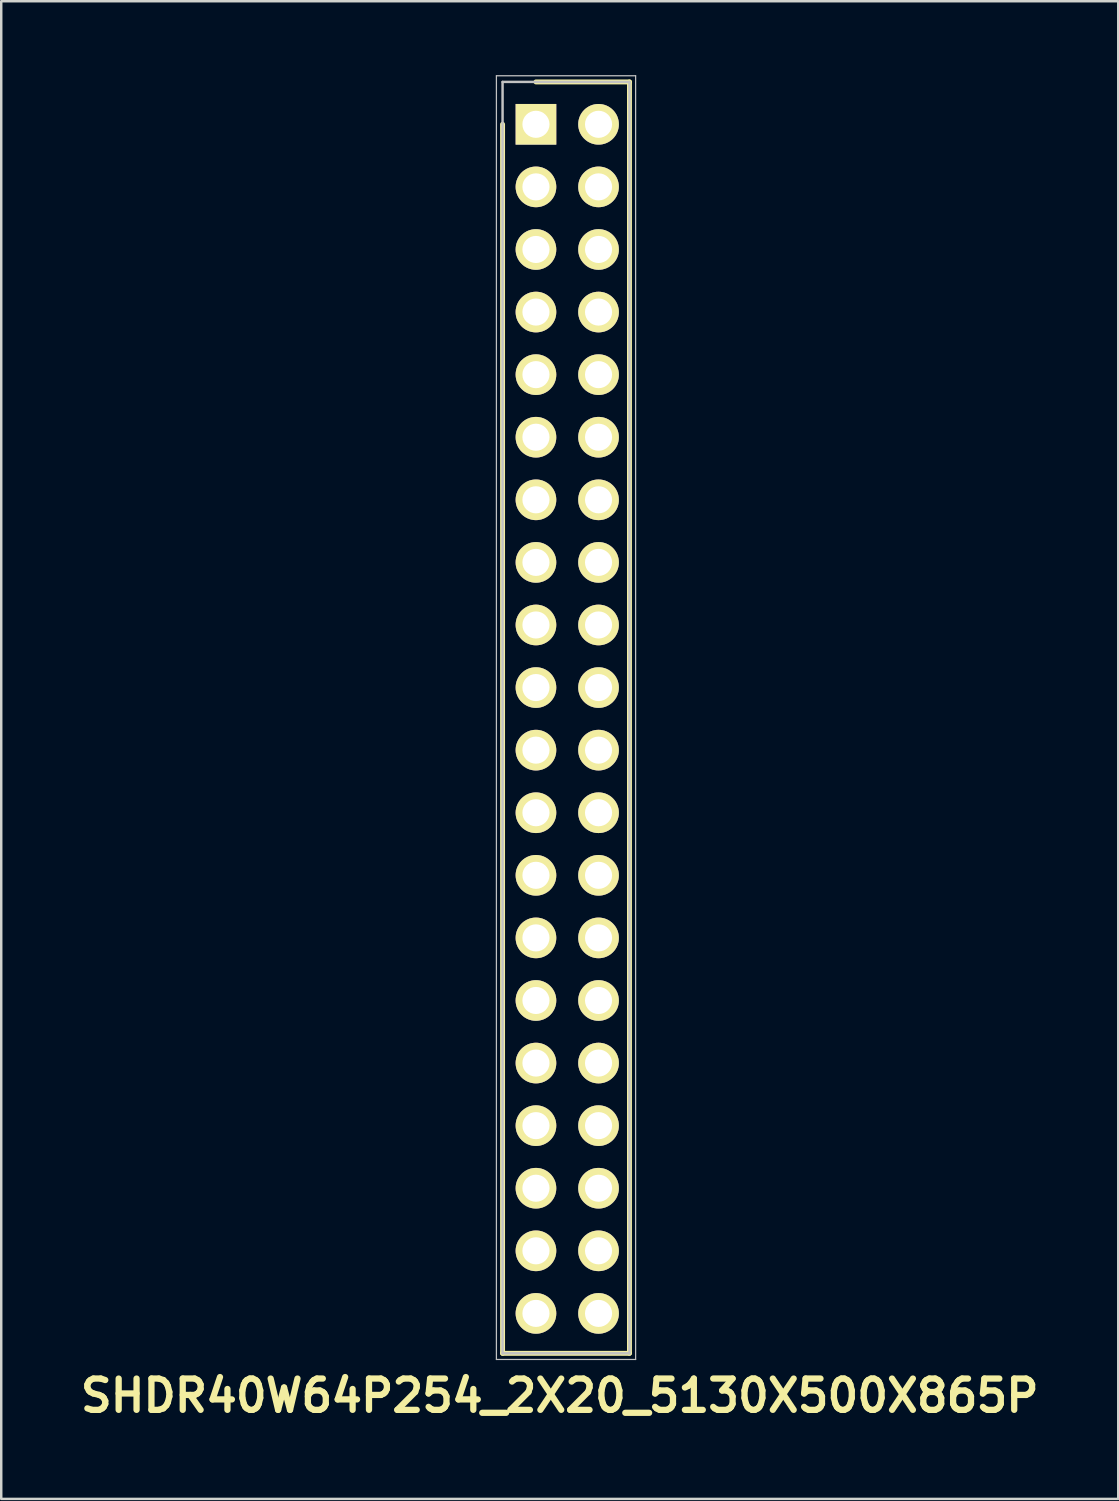
<source format=kicad_pcb>
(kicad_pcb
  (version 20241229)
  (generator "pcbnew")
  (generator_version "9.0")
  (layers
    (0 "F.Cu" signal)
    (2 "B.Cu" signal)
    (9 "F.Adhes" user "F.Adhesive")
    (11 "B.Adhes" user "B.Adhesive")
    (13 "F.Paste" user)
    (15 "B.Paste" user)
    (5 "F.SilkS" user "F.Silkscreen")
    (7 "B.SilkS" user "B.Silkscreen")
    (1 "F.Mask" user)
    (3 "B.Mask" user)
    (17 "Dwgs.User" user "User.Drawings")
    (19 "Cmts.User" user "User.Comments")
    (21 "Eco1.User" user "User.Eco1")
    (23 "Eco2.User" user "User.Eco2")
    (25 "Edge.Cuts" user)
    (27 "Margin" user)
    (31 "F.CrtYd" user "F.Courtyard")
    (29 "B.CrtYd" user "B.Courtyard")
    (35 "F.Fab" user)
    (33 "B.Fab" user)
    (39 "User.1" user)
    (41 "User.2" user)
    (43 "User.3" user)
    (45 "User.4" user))
  (footprint "SHDR40W64P254_2X20_5130X500X865P"
    (layer "F.Cu")
    (at 18.702 1.995)
    (property "Reference" "SHDR40W64P254_2X20_5130X500X865P" (at 0.965 51.6 0) (layer "F.SilkS") (effects (font (size 1.27 1.27) (thickness 0.254))))
    (attr through_hole)
    (fp_line (start -1.355 0) (end -1.355 49.88) (stroke (width 0.2) (type solid)) (layer "F.SilkS"))
    (fp_line (start -1.355 49.88) (end 3.795 49.88) (stroke (width 0.2) (type solid)) (layer "F.SilkS"))
    (fp_line (start 3.795 -1.72) (end 0 -1.72) (stroke (width 0.2) (type solid)) (layer "F.SilkS"))
    (fp_line (start 3.795 49.88) (end 3.795 -1.72) (stroke (width 0.2) (type solid)) (layer "F.SilkS"))
    (fp_line (start -1.605 -1.97) (end 4.045 -1.97) (stroke (width 0.05) (type solid)) (layer "Dwgs.User"))
    (fp_line (start -1.605 50.13) (end -1.605 -1.97) (stroke (width 0.05) (type solid)) (layer "Dwgs.User"))
    (fp_line (start -1.355 -1.72) (end 3.795 -1.72) (stroke (width 0.1) (type solid)) (layer "Dwgs.User"))
    (fp_line (start -1.355 49.88) (end -1.355 -1.72) (stroke (width 0.1) (type solid)) (layer "Dwgs.User"))
    (fp_line (start 3.795 -1.72) (end 3.795 49.88) (stroke (width 0.1) (type solid)) (layer "Dwgs.User"))
    (fp_line (start 3.795 49.88) (end -1.355 49.88) (stroke (width 0.1) (type solid)) (layer "Dwgs.User"))
    (fp_line (start 4.045 -1.97) (end 4.045 50.13) (stroke (width 0.05) (type solid)) (layer "Dwgs.User"))
    (fp_line (start 4.045 50.13) (end -1.605 50.13) (stroke (width 0.05) (type solid)) (layer "Dwgs.User"))
    (pad "1" thru_hole rect (at 0 0) (size 1.65 1.65) (drill 1.1) (layers "*.Cu" "*.Mask" "F.SilkS"))
    (pad "2" thru_hole circle (at 0 2.54) (size 1.65 1.65) (drill 1.1) (layers "*.Cu" "*.Mask" "F.SilkS"))
    (pad "3" thru_hole circle (at 0 5.08) (size 1.65 1.65) (drill 1.1) (layers "*.Cu" "*.Mask" "F.SilkS"))
    (pad "4" thru_hole circle (at 0 7.62) (size 1.65 1.65) (drill 1.1) (layers "*.Cu" "*.Mask" "F.SilkS"))
    (pad "5" thru_hole circle (at 0 10.16) (size 1.65 1.65) (drill 1.1) (layers "*.Cu" "*.Mask" "F.SilkS"))
    (pad "6" thru_hole circle (at 0 12.7) (size 1.65 1.65) (drill 1.1) (layers "*.Cu" "*.Mask" "F.SilkS"))
    (pad "7" thru_hole circle (at 0 15.24) (size 1.65 1.65) (drill 1.1) (layers "*.Cu" "*.Mask" "F.SilkS"))
    (pad "8" thru_hole circle (at 0 17.78) (size 1.65 1.65) (drill 1.1) (layers "*.Cu" "*.Mask" "F.SilkS"))
    (pad "9" thru_hole circle (at 0 20.32) (size 1.65 1.65) (drill 1.1) (layers "*.Cu" "*.Mask" "F.SilkS"))
    (pad "10" thru_hole circle (at 0 22.86) (size 1.65 1.65) (drill 1.1) (layers "*.Cu" "*.Mask" "F.SilkS"))
    (pad "11" thru_hole circle (at 0 25.4) (size 1.65 1.65) (drill 1.1) (layers "*.Cu" "*.Mask" "F.SilkS"))
    (pad "12" thru_hole circle (at 0 27.94) (size 1.65 1.65) (drill 1.1) (layers "*.Cu" "*.Mask" "F.SilkS"))
    (pad "13" thru_hole circle (at 0 30.48) (size 1.65 1.65) (drill 1.1) (layers "*.Cu" "*.Mask" "F.SilkS"))
    (pad "14" thru_hole circle (at 0 33.02) (size 1.65 1.65) (drill 1.1) (layers "*.Cu" "*.Mask" "F.SilkS"))
    (pad "15" thru_hole circle (at 0 35.56) (size 1.65 1.65) (drill 1.1) (layers "*.Cu" "*.Mask" "F.SilkS"))
    (pad "16" thru_hole circle (at 0 38.1) (size 1.65 1.65) (drill 1.1) (layers "*.Cu" "*.Mask" "F.SilkS"))
    (pad "17" thru_hole circle (at 0 40.64) (size 1.65 1.65) (drill 1.1) (layers "*.Cu" "*.Mask" "F.SilkS"))
    (pad "18" thru_hole circle (at 0 43.18) (size 1.65 1.65) (drill 1.1) (layers "*.Cu" "*.Mask" "F.SilkS"))
    (pad "19" thru_hole circle (at 0 45.72) (size 1.65 1.65) (drill 1.1) (layers "*.Cu" "*.Mask" "F.SilkS"))
    (pad "20" thru_hole circle (at 0 48.26) (size 1.65 1.65) (drill 1.1) (layers "*.Cu" "*.Mask" "F.SilkS"))
    (pad "21" thru_hole circle (at 2.54 48.26) (size 1.65 1.65) (drill 1.1) (layers "*.Cu" "*.Mask" "F.SilkS"))
    (pad "22" thru_hole circle (at 2.54 45.72) (size 1.65 1.65) (drill 1.1) (layers "*.Cu" "*.Mask" "F.SilkS"))
    (pad "23" thru_hole circle (at 2.54 43.18) (size 1.65 1.65) (drill 1.1) (layers "*.Cu" "*.Mask" "F.SilkS"))
    (pad "24" thru_hole circle (at 2.54 40.64) (size 1.65 1.65) (drill 1.1) (layers "*.Cu" "*.Mask" "F.SilkS"))
    (pad "25" thru_hole circle (at 2.54 38.1) (size 1.65 1.65) (drill 1.1) (layers "*.Cu" "*.Mask" "F.SilkS"))
    (pad "26" thru_hole circle (at 2.54 35.56) (size 1.65 1.65) (drill 1.1) (layers "*.Cu" "*.Mask" "F.SilkS"))
    (pad "27" thru_hole circle (at 2.54 33.02) (size 1.65 1.65) (drill 1.1) (layers "*.Cu" "*.Mask" "F.SilkS"))
    (pad "28" thru_hole circle (at 2.54 30.48) (size 1.65 1.65) (drill 1.1) (layers "*.Cu" "*.Mask" "F.SilkS"))
    (pad "29" thru_hole circle (at 2.54 27.94) (size 1.65 1.65) (drill 1.1) (layers "*.Cu" "*.Mask" "F.SilkS"))
    (pad "30" thru_hole circle (at 2.54 25.4) (size 1.65 1.65) (drill 1.1) (layers "*.Cu" "*.Mask" "F.SilkS"))
    (pad "31" thru_hole circle (at 2.54 22.86) (size 1.65 1.65) (drill 1.1) (layers "*.Cu" "*.Mask" "F.SilkS"))
    (pad "32" thru_hole circle (at 2.54 20.32) (size 1.65 1.65) (drill 1.1) (layers "*.Cu" "*.Mask" "F.SilkS"))
    (pad "33" thru_hole circle (at 2.54 17.78) (size 1.65 1.65) (drill 1.1) (layers "*.Cu" "*.Mask" "F.SilkS"))
    (pad "34" thru_hole circle (at 2.54 15.24) (size 1.65 1.65) (drill 1.1) (layers "*.Cu" "*.Mask" "F.SilkS"))
    (pad "35" thru_hole circle (at 2.54 12.7) (size 1.65 1.65) (drill 1.1) (layers "*.Cu" "*.Mask" "F.SilkS"))
    (pad "36" thru_hole circle (at 2.54 10.16) (size 1.65 1.65) (drill 1.1) (layers "*.Cu" "*.Mask" "F.SilkS"))
    (pad "37" thru_hole circle (at 2.54 7.62) (size 1.65 1.65) (drill 1.1) (layers "*.Cu" "*.Mask" "F.SilkS"))
    (pad "38" thru_hole circle (at 2.54 5.08) (size 1.65 1.65) (drill 1.1) (layers "*.Cu" "*.Mask" "F.SilkS"))
    (pad "39" thru_hole circle (at 2.54 2.54) (size 1.65 1.65) (drill 1.1) (layers "*.Cu" "*.Mask" "F.SilkS"))
    (pad "40" thru_hole circle (at 2.54 0) (size 1.65 1.65) (drill 1.1) (layers "*.Cu" "*.Mask" "F.SilkS")))
  (gr_rect
    (start -3 -3)
    (end 42.334 57.784)
    (stroke (width 0.1) (type default))
    (fill no)
    (layer "Edge.Cuts")))
</source>
